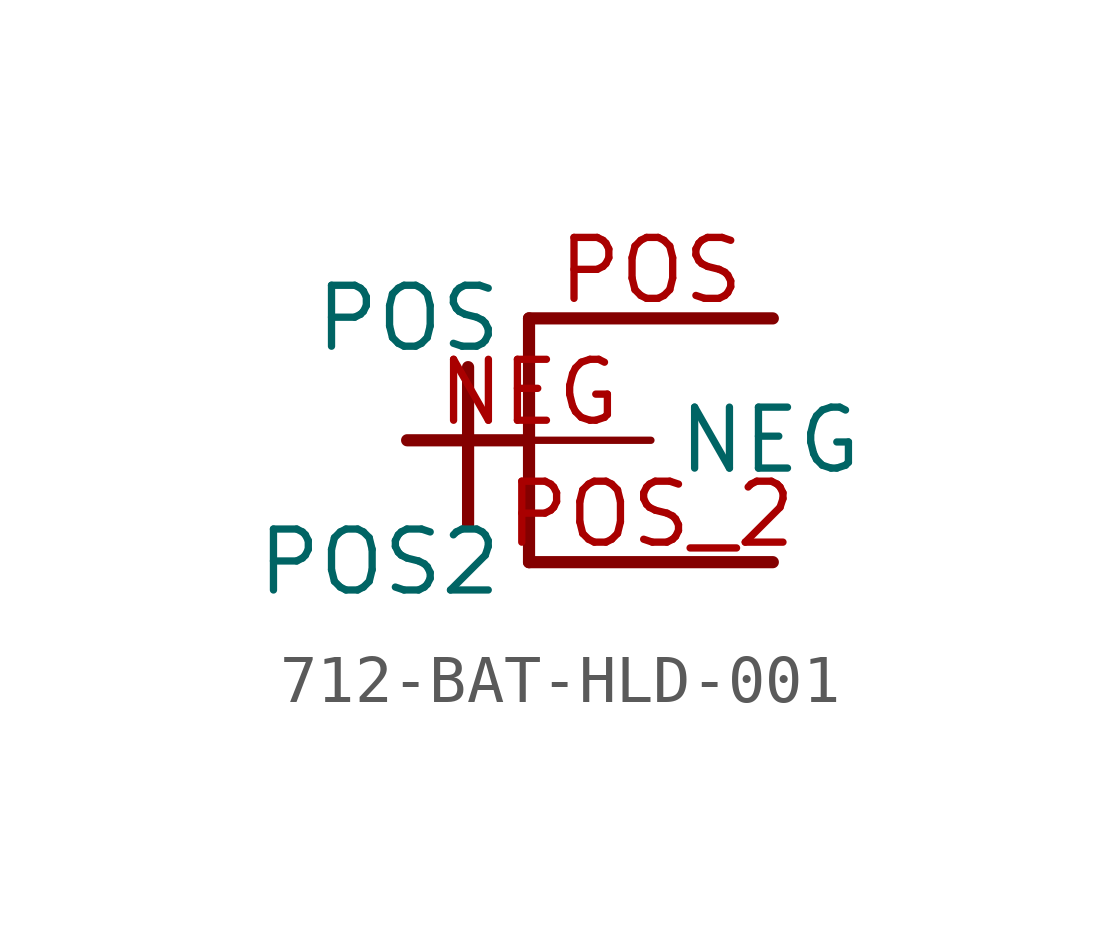
<source format=kicad_sym>
(kicad_symbol_lib
  (version 20211014)
  (generator kicad_symbol_editor)
  (symbol "712-BAT-HLD-001"
    (property "Reference" ""
      (at 0 0 0)
      (effects (font (size 1.27 1.27)) hide))
    (property "ki_locked" ""
      (at 0 0 0)
      (effects (font (size 1.27 1.27))))
    (symbol "712-BAT-HLD-001_1_0"
      (polyline (pts (xy -1.27 1.524) (xy -1.27 -1.778)) (stroke (width 0.254) (type default) (color 0 0 0 0)) (fill (type none)))
      (polyline (pts (xy 0 -2.54) (xy 5.08 -2.54)) (stroke (width 0.254) (type default) (color 0 0 0 0)) (fill (type none)))
      (polyline (pts (xy 0 0) (xy -2.54 0)) (stroke (width 0.254) (type default) (color 0 0 0 0)) (fill (type none)))
      (polyline (pts (xy 0 0) (xy 0 -2.54)) (stroke (width 0.254) (type default) (color 0 0 0 0)) (fill (type none)))
      (polyline (pts (xy 0 2.54) (xy 0 0)) (stroke (width 0.254) (type default) (color 0 0 0 0)) (fill (type none)))
      (polyline (pts (xy 0 2.54) (xy 5.08 2.54)) (stroke (width 0.254) (type default) (color 0 0 0 0)) (fill (type none)))
      (pin bidirectional line (at -2.54 0 0) (length 5.08) (name "NEG" (effects (font (size 1.27 1.27)))) (number "NEG" (effects (font (size 1.27 1.27)))))
      (pin bidirectional line (at 5.08 2.54 180) (length 5.08) (name "POS" (effects (font (size 1.27 1.27)))) (number "POS" (effects (font (size 1.27 1.27)))))
      (pin bidirectional line (at 5.08 -2.54 180) (length 5.08) (name "POS2" (effects (font (size 1.27 1.27)))) (number "POS_2" (effects (font (size 1.27 1.27))))))))
</source>
